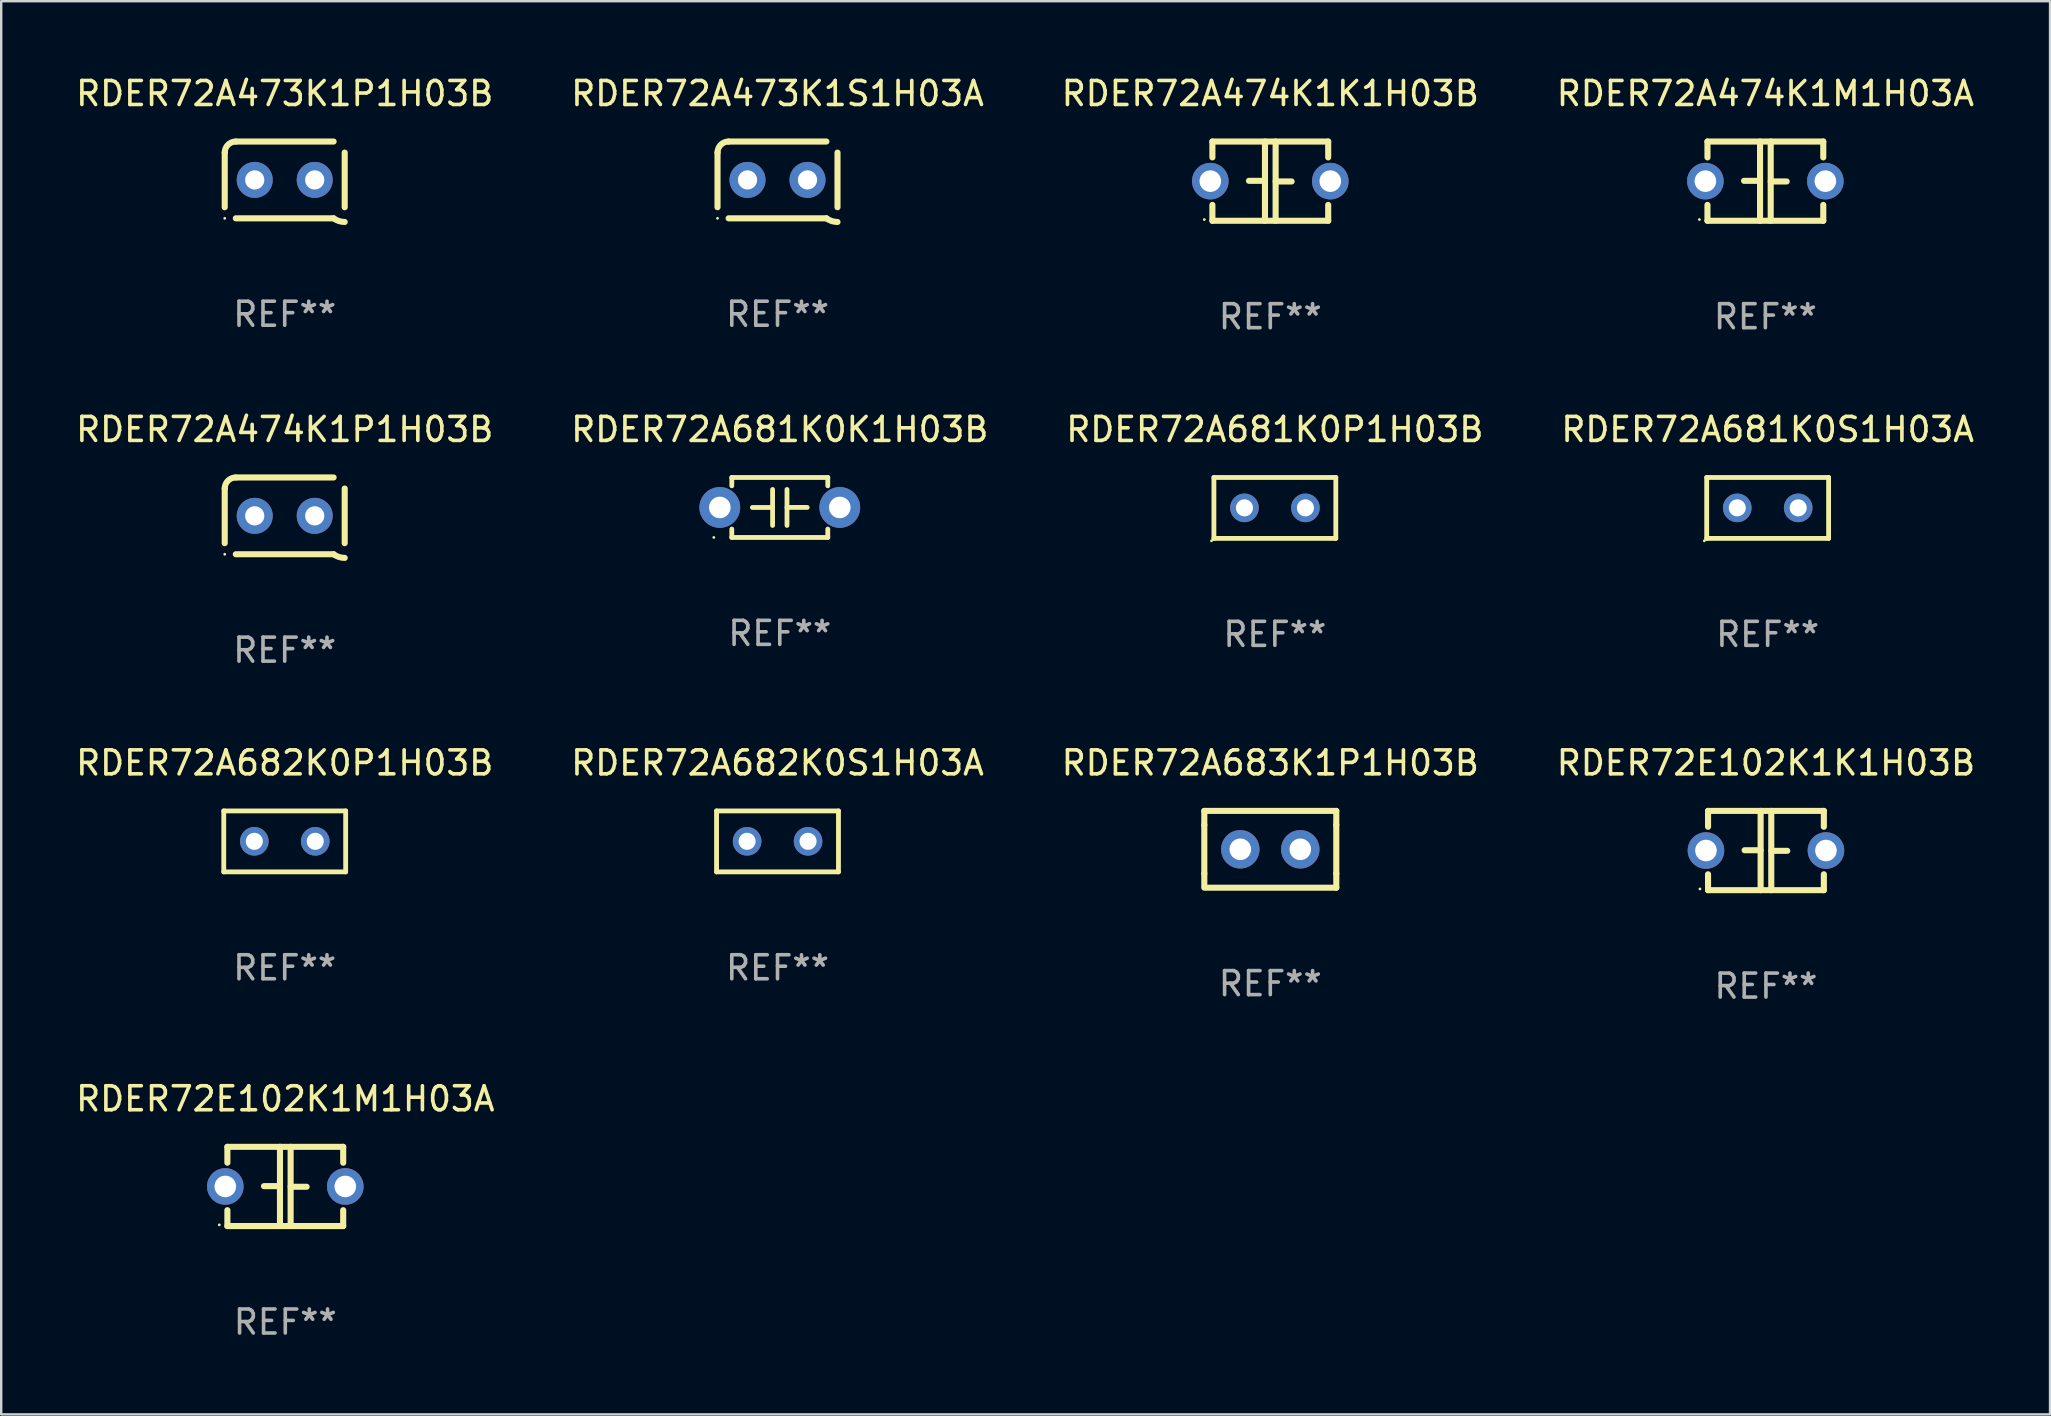
<source format=kicad_pcb>
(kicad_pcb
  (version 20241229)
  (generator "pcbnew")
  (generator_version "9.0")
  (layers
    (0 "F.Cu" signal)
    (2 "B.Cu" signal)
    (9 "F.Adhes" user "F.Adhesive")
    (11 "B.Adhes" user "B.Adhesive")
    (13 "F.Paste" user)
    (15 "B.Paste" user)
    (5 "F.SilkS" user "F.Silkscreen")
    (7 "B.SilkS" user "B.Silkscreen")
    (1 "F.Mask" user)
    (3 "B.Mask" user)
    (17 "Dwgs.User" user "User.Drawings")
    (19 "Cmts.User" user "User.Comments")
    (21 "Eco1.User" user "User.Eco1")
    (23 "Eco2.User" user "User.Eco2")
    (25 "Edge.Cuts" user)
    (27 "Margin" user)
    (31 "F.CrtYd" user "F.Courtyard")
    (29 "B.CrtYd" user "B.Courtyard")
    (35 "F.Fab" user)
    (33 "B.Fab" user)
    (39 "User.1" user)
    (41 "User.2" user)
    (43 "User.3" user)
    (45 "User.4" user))
  (footprint "RDER72A473K1P1H03B"
    (layer "F.Cu")
    (at 8.815 4.448)
    (property "Reference" "RDER72A473K1P1H03B" (at 0 -3.6 0) (layer "F.SilkS") (effects (font (size 1 1) (thickness 0.15))))
    (attr through_hole)
    (fp_line (start -2.5 1.138) (end -2.5 -1.138) (stroke (width 0.254) (type solid)) (layer "F.SilkS"))
    (fp_line (start -2.038 1.6) (end 2.038 1.6) (stroke (width 0.254) (type solid)) (layer "F.SilkS"))
    (fp_line (start 2.038 -1.6) (end -2.038 -1.6) (stroke (width 0.254) (type solid)) (layer "F.SilkS"))
    (fp_line (start 2.5 -1.138) (end 2.5 1.138) (stroke (width 0.254) (type solid)) (layer "F.SilkS"))
    (fp_arc (start -2.5 -1.137744) (mid -2.364601 -1.464626) (end -2.037719 -1.600025) (stroke (width 0.254001) (type solid)) (layer "F.SilkS"))
    (fp_arc (start -2.5 1.137719) (mid 2.500022 -1.137741) (end -2.5 1.137719) (stroke (width 0.254001) (type solid)) (layer "F.SilkS"))
    (fp_arc (start 2.5 1.751767) (mid 2.256726 1.712861) (end 2.037719 1.600025) (stroke (width 0.254001) (type solid)) (layer "F.SilkS"))
    (fp_circle (center -2.5 1.6) (end -2.47 1.6) (stroke (width 0.06) (type solid)) (fill no) (layer "F.SilkS"))
    (fp_text user "REF**" (at 0 5.6 0) (layer "F.Fab") (effects (font (size 1 1) (thickness 0.15))))
    (pad "1" thru_hole circle (at -1.25 -0.000076) (size 1.5 1.5) (drill 0.8) (layers "*.Cu" "*.Mask"))
    (pad "2" thru_hole circle (at 1.25 -0.000076) (size 1.5 1.5) (drill 0.8) (layers "*.Cu" "*.Mask")))
  (footprint "RDER72A474K1M1H03A"
    (layer "F.Cu")
    (at 70.518 4.499)
    (property "Reference" "RDER72A474K1M1H03A" (at 0 -3.651 0) (layer "F.SilkS") (effects (font (size 1 1) (thickness 0.15))))
    (attr through_hole)
    (fp_line (start -2.413 -1.651) (end 2.413 -1.651) (stroke (width 0.254) (type solid)) (layer "F.SilkS"))
    (fp_line (start -2.413 -0.989) (end -2.413 -1.651) (stroke (width 0.254) (type solid)) (layer "F.SilkS"))
    (fp_line (start -2.413 1.651) (end -2.413 0.989) (stroke (width 0.254) (type solid)) (layer "F.SilkS"))
    (fp_line (start -0.222 -0.013) (end -0.889 -0.013) (stroke (width 0.254) (type solid)) (layer "F.SilkS"))
    (fp_line (start -0.222 1.651) (end -0.222 -1.651) (stroke (width 0.254) (type solid)) (layer "F.SilkS"))
    (fp_line (start 0.222 -1.651) (end 0.222 1.651) (stroke (width 0.254) (type solid)) (layer "F.SilkS"))
    (fp_line (start 0.222 0.013) (end 0.889 0.013) (stroke (width 0.254) (type solid)) (layer "F.SilkS"))
    (fp_line (start 2.413 -1.651) (end 2.413 -0.989) (stroke (width 0.254) (type solid)) (layer "F.SilkS"))
    (fp_line (start 2.413 0.989) (end 2.413 1.651) (stroke (width 0.254) (type solid)) (layer "F.SilkS"))
    (fp_line (start 2.413 1.651) (end -2.413 1.651) (stroke (width 0.254) (type solid)) (layer "F.SilkS"))
    (fp_circle (center -2.75 1.6) (end -2.72 1.6) (stroke (width 0.06) (type solid)) (fill no) (layer "F.SilkS"))
    (fp_text user "REF**" (at 0 5.651 0) (layer "F.Fab") (effects (font (size 1 1) (thickness 0.15))))
    (pad "1" thru_hole circle (at -2.5 0) (size 1.524 1.524) (drill 0.9) (layers "*.Cu" "*.Mask"))
    (pad "2" thru_hole circle (at 2.5 0) (size 1.524 1.524) (drill 0.9) (layers "*.Cu" "*.Mask")))
  (footprint "RDER72A682K0S1H03A"
    (layer "F.Cu")
    (at 29.351 32.013)
    (property "Reference" "RDER72A682K0S1H03A" (at 0 -3.27 0) (layer "F.SilkS") (effects (font (size 1 1) (thickness 0.15))))
    (attr through_hole)
    (fp_line (start -2.54 -1.27) (end -2.54 1.27) (stroke (width 0.201) (type solid)) (layer "F.SilkS"))
    (fp_line (start -2.54 1.27) (end 2.54 1.27) (stroke (width 0.201) (type solid)) (layer "F.SilkS"))
    (fp_line (start 2.54 -1.27) (end -2.54 -1.27) (stroke (width 0.201) (type solid)) (layer "F.SilkS"))
    (fp_line (start 2.54 1.27) (end 2.54 -1.27) (stroke (width 0.201) (type solid)) (layer "F.SilkS"))
    (fp_circle (center -2.497 1.247) (end -2.467 1.247) (stroke (width 0.06) (type solid)) (fill no) (layer "F.SilkS"))
    (fp_text user "REF**" (at 0 5.27 0) (layer "F.Fab") (effects (font (size 1 1) (thickness 0.15))))
    (pad "1" thru_hole circle (at -1.267 -0.003) (size 1.194 1.194) (drill 0.711) (layers "*.Cu" "*.Mask"))
    (pad "2" thru_hole circle (at 1.273 -0.003) (size 1.194 1.194) (drill 0.711) (layers "*.Cu" "*.Mask")))
  (footprint "RDER72A683K1P1H03B"
    (layer "F.Cu")
    (at 49.887 32.343)
    (property "Reference" "RDER72A683K1P1H03B" (at 0 -3.6 0) (layer "F.SilkS") (effects (font (size 1 1) (thickness 0.15))))
    (attr through_hole)
    (fp_line (start -2.75 -1.6) (end -2.75 -1.01) (stroke (width 0.254) (type solid)) (layer "F.SilkS"))
    (fp_line (start -2.75 -1.6) (end 2.75 -1.6) (stroke (width 0.254) (type solid)) (layer "F.SilkS"))
    (fp_line (start -2.75 -1.01) (end -2.75 1.01) (stroke (width 0.254) (type solid)) (layer "F.SilkS"))
    (fp_line (start -2.75 1.01) (end -2.75 1.524) (stroke (width 0.254) (type solid)) (layer "F.SilkS"))
    (fp_line (start -2.75 1.6) (end 2.75 1.6) (stroke (width 0.254) (type solid)) (layer "F.SilkS"))
    (fp_line (start 2.75 -1.6) (end 2.75 -1.01) (stroke (width 0.254) (type solid)) (layer "F.SilkS"))
    (fp_line (start 2.75 -1.01) (end 2.75 1.01) (stroke (width 0.254) (type solid)) (layer "F.SilkS"))
    (fp_line (start 2.75 1.01) (end 2.75 1.6) (stroke (width 0.254) (type solid)) (layer "F.SilkS"))
    (fp_circle (center -2.75 1.6) (end -2.72 1.6) (stroke (width 0.06) (type solid)) (fill no) (layer "F.SilkS"))
    (fp_text user "REF**" (at 0 5.6 0) (layer "F.Fab") (effects (font (size 1 1) (thickness 0.15))))
    (pad "1" thru_hole circle (at -1.25 0) (size 1.6 1.6) (drill 0.9) (layers "*.Cu" "*.Mask"))
    (pad "2" thru_hole circle (at 1.25 0) (size 1.6 1.6) (drill 0.9) (layers "*.Cu" "*.Mask")))
  (footprint "RDER72A474K1K1H03B"
    (layer "F.Cu")
    (at 49.887 4.499)
    (property "Reference" "RDER72A474K1K1H03B" (at 0 -3.651 0) (layer "F.SilkS") (effects (font (size 1 1) (thickness 0.15))))
    (attr through_hole)
    (fp_line (start -2.413 -1.651) (end 2.413 -1.651) (stroke (width 0.254) (type solid)) (layer "F.SilkS"))
    (fp_line (start -2.413 -0.989) (end -2.413 -1.651) (stroke (width 0.254) (type solid)) (layer "F.SilkS"))
    (fp_line (start -2.413 1.651) (end -2.413 0.989) (stroke (width 0.254) (type solid)) (layer "F.SilkS"))
    (fp_line (start -0.222 -0.013) (end -0.889 -0.013) (stroke (width 0.254) (type solid)) (layer "F.SilkS"))
    (fp_line (start -0.222 1.651) (end -0.222 -1.651) (stroke (width 0.254) (type solid)) (layer "F.SilkS"))
    (fp_line (start 0.222 -1.651) (end 0.222 1.651) (stroke (width 0.254) (type solid)) (layer "F.SilkS"))
    (fp_line (start 0.222 0.013) (end 0.889 0.013) (stroke (width 0.254) (type solid)) (layer "F.SilkS"))
    (fp_line (start 2.413 -1.651) (end 2.413 -0.989) (stroke (width 0.254) (type solid)) (layer "F.SilkS"))
    (fp_line (start 2.413 0.989) (end 2.413 1.651) (stroke (width 0.254) (type solid)) (layer "F.SilkS"))
    (fp_line (start 2.413 1.651) (end -2.413 1.651) (stroke (width 0.254) (type solid)) (layer "F.SilkS"))
    (fp_circle (center -2.75 1.6) (end -2.72 1.6) (stroke (width 0.06) (type solid)) (fill no) (layer "F.SilkS"))
    (fp_text user "REF**" (at 0 5.651 0) (layer "F.Fab") (effects (font (size 1 1) (thickness 0.15))))
    (pad "1" thru_hole circle (at -2.5 0) (size 1.524 1.524) (drill 0.9) (layers "*.Cu" "*.Mask"))
    (pad "2" thru_hole circle (at 2.5 0) (size 1.524 1.524) (drill 0.9) (layers "*.Cu" "*.Mask")))
  (footprint "RDER72A474K1P1H03B"
    (layer "F.Cu")
    (at 8.815 18.447)
    (property "Reference" "RDER72A474K1P1H03B" (at 0 -3.6 0) (layer "F.SilkS") (effects (font (size 1 1) (thickness 0.15))))
    (attr through_hole)
    (fp_line (start -2.5 1.138) (end -2.5 -1.138) (stroke (width 0.254) (type solid)) (layer "F.SilkS"))
    (fp_line (start -2.038 1.6) (end 2.038 1.6) (stroke (width 0.254) (type solid)) (layer "F.SilkS"))
    (fp_line (start 2.038 -1.6) (end -2.038 -1.6) (stroke (width 0.254) (type solid)) (layer "F.SilkS"))
    (fp_line (start 2.5 -1.138) (end 2.5 1.138) (stroke (width 0.254) (type solid)) (layer "F.SilkS"))
    (fp_arc (start -2.5 -1.137744) (mid -2.364601 -1.464626) (end -2.037719 -1.600025) (stroke (width 0.254001) (type solid)) (layer "F.SilkS"))
    (fp_arc (start -2.5 1.137719) (mid 2.500022 -1.137741) (end -2.5 1.137719) (stroke (width 0.254001) (type solid)) (layer "F.SilkS"))
    (fp_arc (start 2.5 1.751767) (mid 2.256726 1.712861) (end 2.037719 1.600025) (stroke (width 0.254001) (type solid)) (layer "F.SilkS"))
    (fp_circle (center -2.5 1.6) (end -2.47 1.6) (stroke (width 0.06) (type solid)) (fill no) (layer "F.SilkS"))
    (fp_text user "REF**" (at 0 5.6 0) (layer "F.Fab") (effects (font (size 1 1) (thickness 0.15))))
    (pad "1" thru_hole circle (at -1.25 -0.000076) (size 1.5 1.5) (drill 0.8) (layers "*.Cu" "*.Mask"))
    (pad "2" thru_hole circle (at 1.25 -0.000076) (size 1.5 1.5) (drill 0.8) (layers "*.Cu" "*.Mask")))
  (footprint "RDER72A682K0P1H03B"
    (layer "F.Cu")
    (at 8.815 32.013)
    (property "Reference" "RDER72A682K0P1H03B" (at 0 -3.27 0) (layer "F.SilkS") (effects (font (size 1 1) (thickness 0.15))))
    (attr through_hole)
    (fp_line (start -2.54 -1.27) (end -2.54 1.27) (stroke (width 0.201) (type solid)) (layer "F.SilkS"))
    (fp_line (start -2.54 1.27) (end 2.54 1.27) (stroke (width 0.201) (type solid)) (layer "F.SilkS"))
    (fp_line (start 2.54 -1.27) (end -2.54 -1.27) (stroke (width 0.201) (type solid)) (layer "F.SilkS"))
    (fp_line (start 2.54 1.27) (end 2.54 -1.27) (stroke (width 0.201) (type solid)) (layer "F.SilkS"))
    (fp_circle (center -2.497 1.247) (end -2.467 1.247) (stroke (width 0.06) (type solid)) (fill no) (layer "F.SilkS"))
    (fp_text user "REF**" (at 0 5.27 0) (layer "F.Fab") (effects (font (size 1 1) (thickness 0.15))))
    (pad "1" thru_hole circle (at -1.267 -0.003) (size 1.194 1.194) (drill 0.711) (layers "*.Cu" "*.Mask"))
    (pad "2" thru_hole circle (at 1.273 -0.003) (size 1.194 1.194) (drill 0.711) (layers "*.Cu" "*.Mask")))
  (footprint "RDER72E102K1M1H03A"
    (layer "F.Cu")
    (at 8.839 46.393)
    (property "Reference" "RDER72E102K1M1H03A" (at 0 -3.651 0) (layer "F.SilkS") (effects (font (size 1 1) (thickness 0.15))))
    (attr through_hole)
    (fp_line (start -2.413 -1.651) (end 2.413 -1.651) (stroke (width 0.254) (type solid)) (layer "F.SilkS"))
    (fp_line (start -2.413 -0.989) (end -2.413 -1.651) (stroke (width 0.254) (type solid)) (layer "F.SilkS"))
    (fp_line (start -2.413 1.651) (end -2.413 0.989) (stroke (width 0.254) (type solid)) (layer "F.SilkS"))
    (fp_line (start -0.222 -0.013) (end -0.889 -0.013) (stroke (width 0.254) (type solid)) (layer "F.SilkS"))
    (fp_line (start -0.222 1.651) (end -0.222 -1.651) (stroke (width 0.254) (type solid)) (layer "F.SilkS"))
    (fp_line (start 0.222 -1.651) (end 0.222 1.651) (stroke (width 0.254) (type solid)) (layer "F.SilkS"))
    (fp_line (start 0.222 0.013) (end 0.889 0.013) (stroke (width 0.254) (type solid)) (layer "F.SilkS"))
    (fp_line (start 2.413 -1.651) (end 2.413 -0.989) (stroke (width 0.254) (type solid)) (layer "F.SilkS"))
    (fp_line (start 2.413 0.989) (end 2.413 1.651) (stroke (width 0.254) (type solid)) (layer "F.SilkS"))
    (fp_line (start 2.413 1.651) (end -2.413 1.651) (stroke (width 0.254) (type solid)) (layer "F.SilkS"))
    (fp_circle (center -2.75 1.6) (end -2.72 1.6) (stroke (width 0.06) (type solid)) (fill no) (layer "F.SilkS"))
    (fp_text user "REF**" (at 0 5.651 0) (layer "F.Fab") (effects (font (size 1 1) (thickness 0.15))))
    (pad "1" thru_hole circle (at -2.5 0) (size 1.524 1.524) (drill 0.9) (layers "*.Cu" "*.Mask"))
    (pad "2" thru_hole circle (at 2.5 0) (size 1.524 1.524) (drill 0.9) (layers "*.Cu" "*.Mask")))
  (footprint "RDER72A681K0K1H03B"
    (layer "F.Cu")
    (at 29.446 18.097)
    (property "Reference" "RDER72A681K0K1H03B" (at 0 -3.25 0) (layer "F.SilkS") (effects (font (size 1 1) (thickness 0.15))))
    (attr through_hole)
    (fp_line (start -2 -1.25) (end -2 -0.901) (stroke (width 0.2) (type solid)) (layer "F.SilkS"))
    (fp_line (start -2 -1.25) (end 2 -1.25) (stroke (width 0.2) (type solid)) (layer "F.SilkS"))
    (fp_line (start -2 0.901) (end -2 1.25) (stroke (width 0.2) (type solid)) (layer "F.SilkS"))
    (fp_line (start -0.3 -0.75) (end -0.3 0.75) (stroke (width 0.2) (type solid)) (layer "F.SilkS"))
    (fp_line (start -0.3 0.001) (end -1.143 0.001) (stroke (width 0.2) (type solid)) (layer "F.SilkS"))
    (fp_line (start 0.3 -0.001) (end 1.143 -0.001) (stroke (width 0.2) (type solid)) (layer "F.SilkS"))
    (fp_line (start 0.3 0.75) (end 0.3 -0.75) (stroke (width 0.2) (type solid)) (layer "F.SilkS"))
    (fp_line (start 2 -1.25) (end 2 -0.901) (stroke (width 0.2) (type solid)) (layer "F.SilkS"))
    (fp_line (start 2 0.901) (end 2 1.25) (stroke (width 0.2) (type solid)) (layer "F.SilkS"))
    (fp_line (start 2 1.25) (end -2 1.25) (stroke (width 0.2) (type solid)) (layer "F.SilkS"))
    (fp_circle (center -2.75 1.25) (end -2.72 1.25) (stroke (width 0.06) (type solid)) (fill no) (layer "F.SilkS"))
    (fp_text user "REF**" (at 0 5.25 0) (layer "F.Fab") (effects (font (size 1 1) (thickness 0.15))))
    (pad "1" thru_hole circle (at -2.5 0) (size 1.7 1.7) (drill 0.9) (layers "*.Cu" "*.Mask"))
    (pad "2" thru_hole circle (at 2.5 0) (size 1.7 1.7) (drill 0.9) (layers "*.Cu" "*.Mask")))
  (footprint "RDER72A681K0P1H03B"
    (layer "F.Cu")
    (at 50.077 18.117)
    (property "Reference" "RDER72A681K0P1H03B" (at 0 -3.27 0) (layer "F.SilkS") (effects (font (size 1 1) (thickness 0.15))))
    (attr through_hole)
    (fp_line (start -2.54 -1.27) (end -2.54 1.27) (stroke (width 0.201) (type solid)) (layer "F.SilkS"))
    (fp_line (start -2.54 1.27) (end 2.54 1.27) (stroke (width 0.201) (type solid)) (layer "F.SilkS"))
    (fp_line (start 2.54 -1.27) (end -2.54 -1.27) (stroke (width 0.201) (type solid)) (layer "F.SilkS"))
    (fp_line (start 2.54 1.27) (end 2.54 -1.27) (stroke (width 0.201) (type solid)) (layer "F.SilkS"))
    (fp_circle (center -2.64 1.37) (end -2.61 1.37) (stroke (width 0.06) (type solid)) (fill no) (layer "F.SilkS"))
    (fp_text user "REF**" (at 0 5.27 0) (layer "F.Fab") (effects (font (size 1 1) (thickness 0.15))))
    (pad "1" thru_hole circle (at -1.267 -0.003) (size 1.194 1.194) (drill 0.711) (layers "*.Cu" "*.Mask"))
    (pad "2" thru_hole circle (at 1.273 -0.003) (size 1.194 1.194) (drill 0.711) (layers "*.Cu" "*.Mask")))
  (footprint "RDER72A681K0S1H03A"
    (layer "F.Cu")
    (at 70.613 18.117)
    (property "Reference" "RDER72A681K0S1H03A" (at 0 -3.27 0) (layer "F.SilkS") (effects (font (size 1 1) (thickness 0.15))))
    (attr through_hole)
    (fp_line (start -2.54 -1.27) (end -2.54 1.27) (stroke (width 0.201) (type solid)) (layer "F.SilkS"))
    (fp_line (start -2.54 1.27) (end 2.54 1.27) (stroke (width 0.201) (type solid)) (layer "F.SilkS"))
    (fp_line (start 2.54 -1.27) (end -2.54 -1.27) (stroke (width 0.201) (type solid)) (layer "F.SilkS"))
    (fp_line (start 2.54 1.27) (end 2.54 -1.27) (stroke (width 0.201) (type solid)) (layer "F.SilkS"))
    (fp_circle (center -2.64 1.37) (end -2.61 1.37) (stroke (width 0.06) (type solid)) (fill no) (layer "F.SilkS"))
    (fp_text user "REF**" (at 0 5.27 0) (layer "F.Fab") (effects (font (size 1 1) (thickness 0.15))))
    (pad "1" thru_hole circle (at -1.267 -0.003) (size 1.194 1.194) (drill 0.711) (layers "*.Cu" "*.Mask"))
    (pad "2" thru_hole circle (at 1.273 -0.003) (size 1.194 1.194) (drill 0.711) (layers "*.Cu" "*.Mask")))
  (footprint "RDER72E102K1K1H03B"
    (layer "F.Cu")
    (at 70.542 32.394)
    (property "Reference" "RDER72E102K1K1H03B" (at 0 -3.651 0) (layer "F.SilkS") (effects (font (size 1 1) (thickness 0.15))))
    (attr through_hole)
    (fp_line (start -2.413 -1.651) (end 2.413 -1.651) (stroke (width 0.254) (type solid)) (layer "F.SilkS"))
    (fp_line (start -2.413 -0.989) (end -2.413 -1.651) (stroke (width 0.254) (type solid)) (layer "F.SilkS"))
    (fp_line (start -2.413 1.651) (end -2.413 0.989) (stroke (width 0.254) (type solid)) (layer "F.SilkS"))
    (fp_line (start -0.222 -0.013) (end -0.889 -0.013) (stroke (width 0.254) (type solid)) (layer "F.SilkS"))
    (fp_line (start -0.222 1.651) (end -0.222 -1.651) (stroke (width 0.254) (type solid)) (layer "F.SilkS"))
    (fp_line (start 0.222 -1.651) (end 0.222 1.651) (stroke (width 0.254) (type solid)) (layer "F.SilkS"))
    (fp_line (start 0.222 0.013) (end 0.889 0.013) (stroke (width 0.254) (type solid)) (layer "F.SilkS"))
    (fp_line (start 2.413 -1.651) (end 2.413 -0.989) (stroke (width 0.254) (type solid)) (layer "F.SilkS"))
    (fp_line (start 2.413 0.989) (end 2.413 1.651) (stroke (width 0.254) (type solid)) (layer "F.SilkS"))
    (fp_line (start 2.413 1.651) (end -2.413 1.651) (stroke (width 0.254) (type solid)) (layer "F.SilkS"))
    (fp_circle (center -2.75 1.6) (end -2.72 1.6) (stroke (width 0.06) (type solid)) (fill no) (layer "F.SilkS"))
    (fp_text user "REF**" (at 0 5.651 0) (layer "F.Fab") (effects (font (size 1 1) (thickness 0.15))))
    (pad "1" thru_hole circle (at -2.5 0) (size 1.524 1.524) (drill 0.9) (layers "*.Cu" "*.Mask"))
    (pad "2" thru_hole circle (at 2.5 0) (size 1.524 1.524) (drill 0.9) (layers "*.Cu" "*.Mask")))
  (footprint "RDER72A473K1S1H03A"
    (layer "F.Cu")
    (at 29.351 4.448)
    (property "Reference" "RDER72A473K1S1H03A" (at 0 -3.6 0) (layer "F.SilkS") (effects (font (size 1 1) (thickness 0.15))))
    (attr through_hole)
    (fp_line (start -2.5 1.138) (end -2.5 -1.138) (stroke (width 0.254) (type solid)) (layer "F.SilkS"))
    (fp_line (start -2.038 1.6) (end 2.038 1.6) (stroke (width 0.254) (type solid)) (layer "F.SilkS"))
    (fp_line (start 2.038 -1.6) (end -2.038 -1.6) (stroke (width 0.254) (type solid)) (layer "F.SilkS"))
    (fp_line (start 2.5 -1.138) (end 2.5 1.138) (stroke (width 0.254) (type solid)) (layer "F.SilkS"))
    (fp_arc (start -2.5 -1.137744) (mid -2.364601 -1.464626) (end -2.037719 -1.600025) (stroke (width 0.254001) (type solid)) (layer "F.SilkS"))
    (fp_arc (start -2.5 1.137719) (mid 2.500022 -1.137741) (end -2.5 1.137719) (stroke (width 0.254001) (type solid)) (layer "F.SilkS"))
    (fp_arc (start 2.5 1.751767) (mid 2.256726 1.712861) (end 2.037719 1.600025) (stroke (width 0.254001) (type solid)) (layer "F.SilkS"))
    (fp_circle (center -2.5 1.6) (end -2.47 1.6) (stroke (width 0.06) (type solid)) (fill no) (layer "F.SilkS"))
    (fp_text user "REF**" (at 0 5.6 0) (layer "F.Fab") (effects (font (size 1 1) (thickness 0.15))))
    (pad "1" thru_hole circle (at -1.25 -0.000076) (size 1.5 1.5) (drill 0.8) (layers "*.Cu" "*.Mask"))
    (pad "2" thru_hole circle (at 1.25 -0.000076) (size 1.5 1.5) (drill 0.8) (layers "*.Cu" "*.Mask")))
  (gr_rect
    (start -3 -3)
    (end 82.381 55.892)
    (stroke (width 0.1) (type default))
    (fill no)
    (layer "Edge.Cuts")))
</source>
